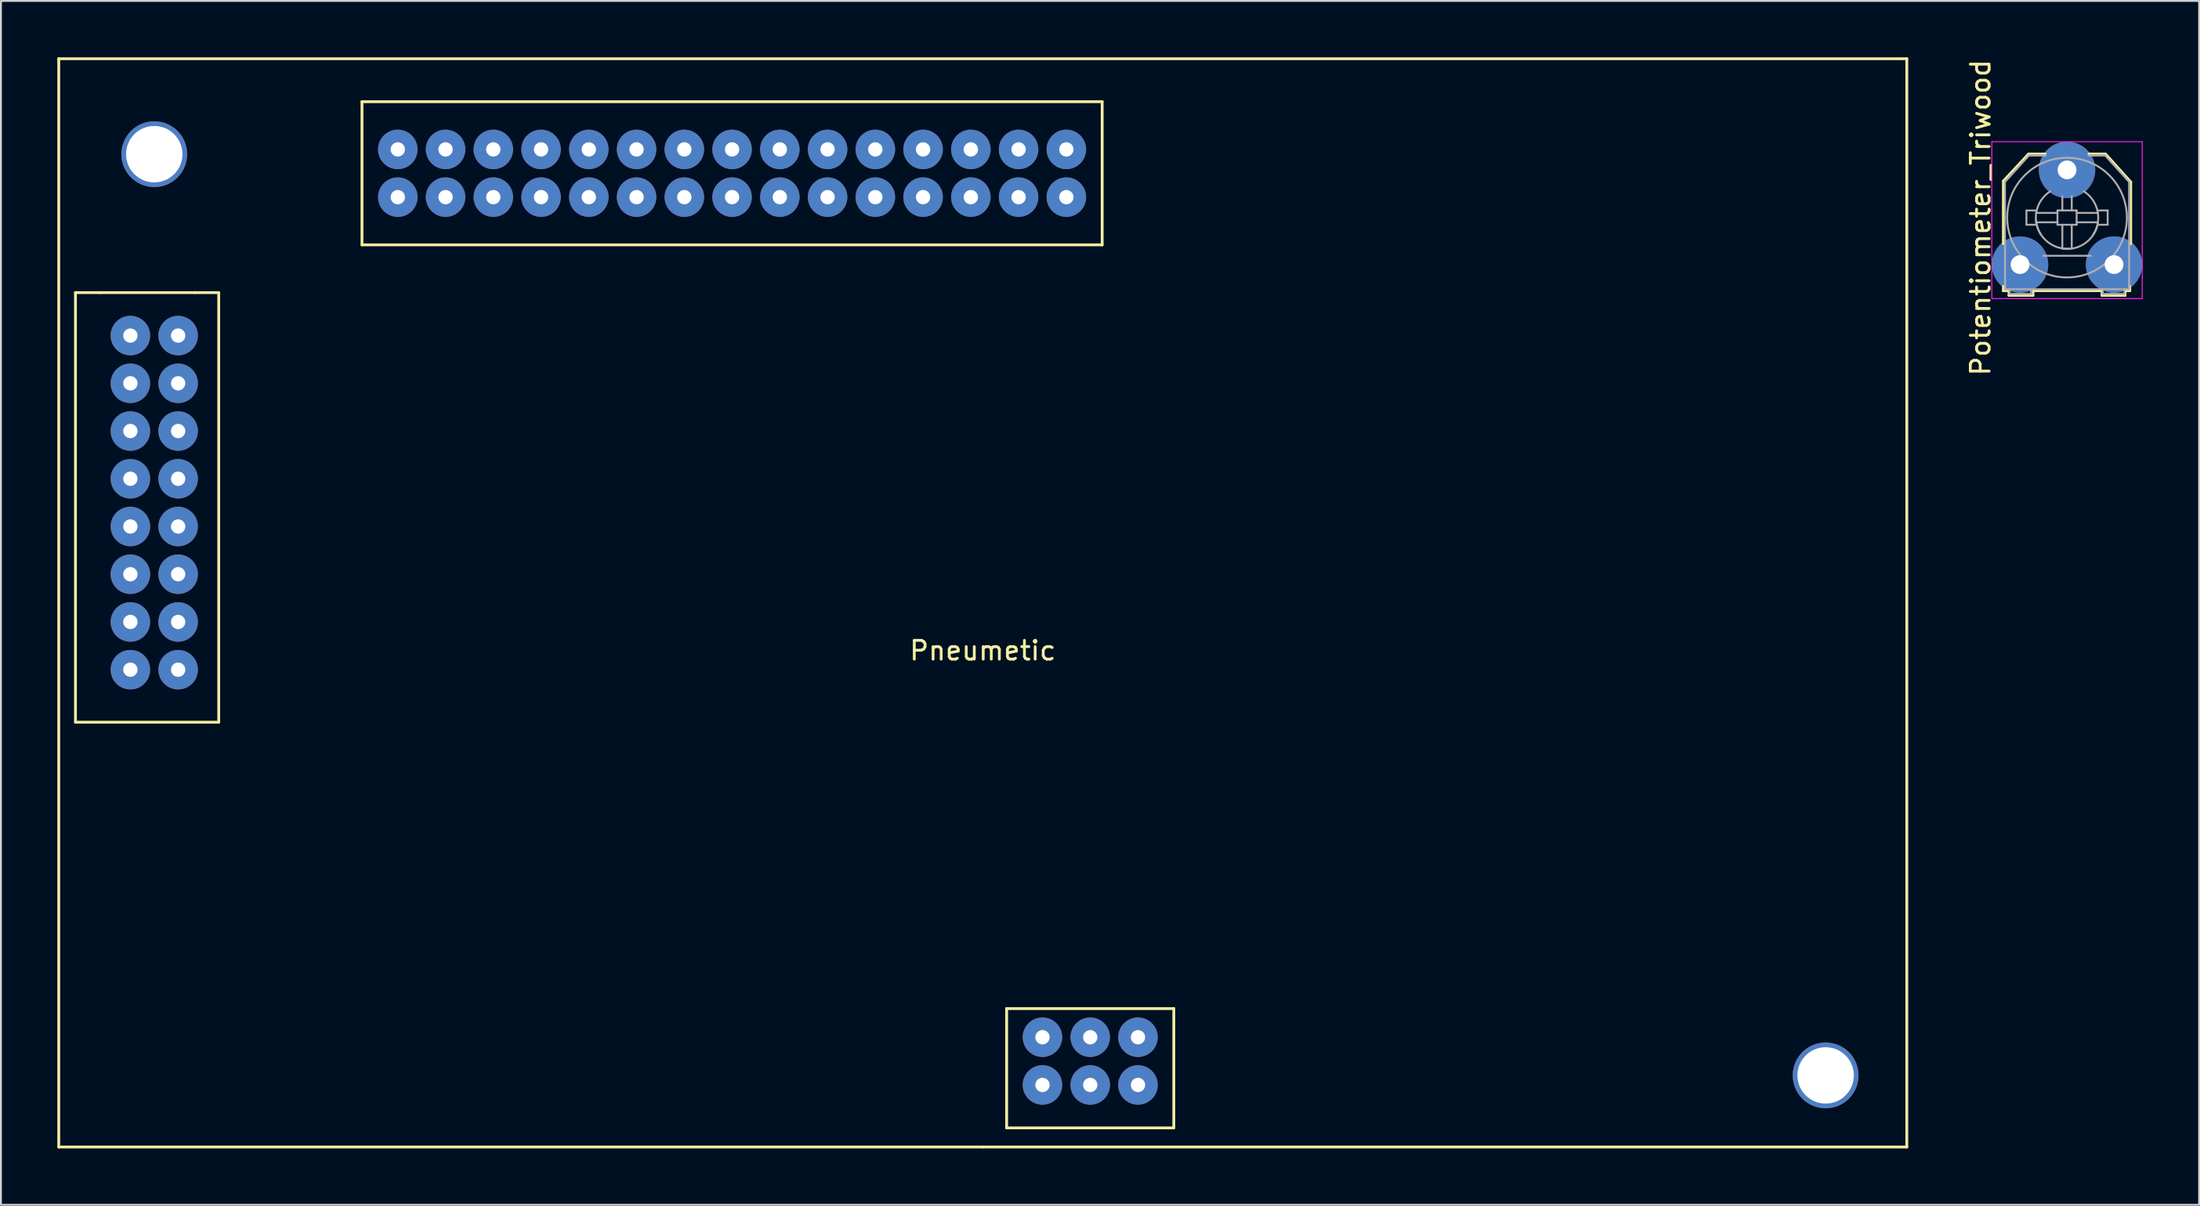
<source format=kicad_pcb>
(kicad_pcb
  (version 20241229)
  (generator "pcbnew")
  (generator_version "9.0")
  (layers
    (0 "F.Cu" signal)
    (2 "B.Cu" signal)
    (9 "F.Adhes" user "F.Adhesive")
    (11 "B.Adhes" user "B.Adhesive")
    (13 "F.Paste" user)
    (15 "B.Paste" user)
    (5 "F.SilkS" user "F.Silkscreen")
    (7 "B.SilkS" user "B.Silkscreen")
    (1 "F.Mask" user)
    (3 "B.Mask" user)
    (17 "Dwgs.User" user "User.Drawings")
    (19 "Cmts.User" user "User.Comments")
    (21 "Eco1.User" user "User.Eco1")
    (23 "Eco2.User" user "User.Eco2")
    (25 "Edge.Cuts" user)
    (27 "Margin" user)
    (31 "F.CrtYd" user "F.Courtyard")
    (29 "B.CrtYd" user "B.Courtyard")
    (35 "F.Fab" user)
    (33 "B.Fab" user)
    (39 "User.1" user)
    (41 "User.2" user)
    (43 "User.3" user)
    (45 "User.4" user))
  (footprint "Pneumetic"
    (layer "F.Cu")
    (at 49.224 29.031)
    (property "Reference" "Pneumetic" (at 0 2.54 0) (layer "F.SilkS") (effects (font (size 1 1) (thickness 0.15))))
    (attr through_hole)
    (fp_line (start -49.149 -28.956) (end -49.149 28.956) (stroke (width 0.15) (type solid)) (layer "F.SilkS"))
    (fp_line (start -49.149 28.956) (end 0 28.956) (stroke (width 0.15) (type solid)) (layer "F.SilkS"))
    (fp_line (start -48.26 -16.51) (end -46.99 -16.51) (stroke (width 0.15) (type solid)) (layer "F.SilkS"))
    (fp_line (start -48.26 6.35) (end -48.26 -16.51) (stroke (width 0.15) (type solid)) (layer "F.SilkS"))
    (fp_line (start -46.99 -16.51) (end -41.91 -16.51) (stroke (width 0.15) (type solid)) (layer "F.SilkS"))
    (fp_line (start -41.91 -16.51) (end -40.64 -16.51) (stroke (width 0.15) (type solid)) (layer "F.SilkS"))
    (fp_line (start -40.64 -16.51) (end -40.64 6.35) (stroke (width 0.15) (type solid)) (layer "F.SilkS"))
    (fp_line (start -40.64 6.35) (end -48.26 6.35) (stroke (width 0.15) (type solid)) (layer "F.SilkS"))
    (fp_line (start -33.02 -26.67) (end 6.35 -26.67) (stroke (width 0.15) (type solid)) (layer "F.SilkS"))
    (fp_line (start -33.02 -19.05) (end -33.02 -26.67) (stroke (width 0.15) (type solid)) (layer "F.SilkS"))
    (fp_line (start 0 28.956) (end 49.149 28.956) (stroke (width 0.15) (type solid)) (layer "F.SilkS"))
    (fp_line (start 1.27 21.59) (end 10.16 21.59) (stroke (width 0.15) (type solid)) (layer "F.SilkS"))
    (fp_line (start 1.27 27.94) (end 1.27 21.59) (stroke (width 0.15) (type solid)) (layer "F.SilkS"))
    (fp_line (start 6.35 -26.67) (end 6.35 -19.05) (stroke (width 0.15) (type solid)) (layer "F.SilkS"))
    (fp_line (start 6.35 -19.05) (end -33.02 -19.05) (stroke (width 0.15) (type solid)) (layer "F.SilkS"))
    (fp_line (start 10.16 21.59) (end 10.16 27.94) (stroke (width 0.15) (type solid)) (layer "F.SilkS"))
    (fp_line (start 10.16 27.94) (end 1.27 27.94) (stroke (width 0.15) (type solid)) (layer "F.SilkS"))
    (fp_line (start 49.149 -28.956) (end -49.149 -28.956) (stroke (width 0.15) (type solid)) (layer "F.SilkS"))
    (fp_line (start 49.149 28.956) (end 49.149 -28.956) (stroke (width 0.15) (type solid)) (layer "F.SilkS"))
    (pad "0" thru_hole circle (at -45.339 -14.224) (size 2.1 2.1) (drill 0.762) (layers "*.Cu" "*.Mask"))
    (pad "0" thru_hole circle (at -45.339 -11.684) (size 2.1 2.1) (drill 0.762) (layers "*.Cu" "*.Mask"))
    (pad "0" thru_hole circle (at -45.339 -9.144) (size 2.1 2.1) (drill 0.762) (layers "*.Cu" "*.Mask"))
    (pad "0" thru_hole circle (at -45.339 -6.604) (size 2.1 2.1) (drill 0.762) (layers "*.Cu" "*.Mask"))
    (pad "0" thru_hole circle (at -45.339 -4.064) (size 2.1 2.1) (drill 0.762) (layers "*.Cu" "*.Mask"))
    (pad "0" thru_hole circle (at -45.339 -1.524) (size 2.1 2.1) (drill 0.762) (layers "*.Cu" "*.Mask"))
    (pad "0" thru_hole circle (at -45.339 1.016) (size 2.1 2.1) (drill 0.762) (layers "*.Cu" "*.Mask"))
    (pad "0" thru_hole circle (at -45.339 3.556) (size 2.1 2.1) (drill 0.762) (layers "*.Cu" "*.Mask"))
    (pad "0" thru_hole circle (at -44.069 -23.876) (size 3.5 3.5) (drill 3) (layers "*.Cu" "*.Mask"))
    (pad "0" thru_hole circle (at -42.799 -1.524) (size 2.1 2.1) (drill 0.762) (layers "*.Cu" "*.Mask"))
    (pad "0" thru_hole circle (at -42.799 1.016) (size 2.1 2.1) (drill 0.762) (layers "*.Cu" "*.Mask"))
    (pad "0" thru_hole circle (at -42.799 3.556) (size 2.1 2.1) (drill 0.762) (layers "*.Cu" "*.Mask"))
    (pad "0" thru_hole circle (at -31.115 -24.13) (size 2.1 2.1) (drill 0.762) (layers "*.Cu" "*.Mask"))
    (pad "0" thru_hole circle (at -31.115 -21.59) (size 2.1 2.1) (drill 0.762) (layers "*.Cu" "*.Mask"))
    (pad "0" thru_hole circle (at -28.575 -24.13) (size 2.1 2.1) (drill 0.762) (layers "*.Cu" "*.Mask"))
    (pad "0" thru_hole circle (at -28.575 -21.59) (size 2.1 2.1) (drill 0.762) (layers "*.Cu" "*.Mask"))
    (pad "0" thru_hole circle (at -26.035 -24.13) (size 2.1 2.1) (drill 0.762) (layers "*.Cu" "*.Mask"))
    (pad "0" thru_hole circle (at -26.035 -21.59) (size 2.1 2.1) (drill 0.762) (layers "*.Cu" "*.Mask"))
    (pad "0" thru_hole circle (at -23.495 -24.13) (size 2.1 2.1) (drill 0.762) (layers "*.Cu" "*.Mask"))
    (pad "0" thru_hole circle (at -23.495 -21.59) (size 2.1 2.1) (drill 0.762) (layers "*.Cu" "*.Mask"))
    (pad "0" thru_hole circle (at -20.955 -24.13) (size 2.1 2.1) (drill 0.762) (layers "*.Cu" "*.Mask"))
    (pad "0" thru_hole circle (at -20.955 -21.59) (size 2.1 2.1) (drill 0.762) (layers "*.Cu" "*.Mask"))
    (pad "0" thru_hole circle (at -18.415 -24.13) (size 2.1 2.1) (drill 0.762) (layers "*.Cu" "*.Mask"))
    (pad "0" thru_hole circle (at -18.415 -21.59) (size 2.1 2.1) (drill 0.762) (layers "*.Cu" "*.Mask"))
    (pad "0" thru_hole circle (at -15.875 -24.13) (size 2.1 2.1) (drill 0.762) (layers "*.Cu" "*.Mask"))
    (pad "0" thru_hole circle (at -15.875 -21.59) (size 2.1 2.1) (drill 0.762) (layers "*.Cu" "*.Mask"))
    (pad "0" thru_hole circle (at -13.335 -24.13) (size 2.1 2.1) (drill 0.762) (layers "*.Cu" "*.Mask"))
    (pad "0" thru_hole circle (at -10.795 -24.13) (size 2.1 2.1) (drill 0.762) (layers "*.Cu" "*.Mask"))
    (pad "0" thru_hole circle (at -10.795 -21.59) (size 2.1 2.1) (drill 0.762) (layers "*.Cu" "*.Mask"))
    (pad "0" thru_hole circle (at -8.255 -24.13) (size 2.1 2.1) (drill 0.762) (layers "*.Cu" "*.Mask"))
    (pad "0" thru_hole circle (at -8.255 -21.59) (size 2.1 2.1) (drill 0.762) (layers "*.Cu" "*.Mask"))
    (pad "0" thru_hole circle (at -5.715 -24.13) (size 2.1 2.1) (drill 0.762) (layers "*.Cu" "*.Mask"))
    (pad "0" thru_hole circle (at -5.715 -21.59) (size 2.1 2.1) (drill 0.762) (layers "*.Cu" "*.Mask"))
    (pad "0" thru_hole circle (at -3.175 -24.13) (size 2.1 2.1) (drill 0.762) (layers "*.Cu" "*.Mask"))
    (pad "0" thru_hole circle (at -3.175 -21.59) (size 2.1 2.1) (drill 0.762) (layers "*.Cu" "*.Mask"))
    (pad "0" thru_hole circle (at -0.635 -24.13) (size 2.1 2.1) (drill 0.762) (layers "*.Cu" "*.Mask"))
    (pad "0" thru_hole circle (at -0.635 -21.59) (size 2.1 2.1) (drill 0.762) (layers "*.Cu" "*.Mask"))
    (pad "0" thru_hole circle (at 1.905 -24.13) (size 2.1 2.1) (drill 0.762) (layers "*.Cu" "*.Mask"))
    (pad "0" thru_hole circle (at 1.905 -21.59) (size 2.1 2.1) (drill 0.762) (layers "*.Cu" "*.Mask"))
    (pad "0" thru_hole circle (at 3.175 23.114) (size 2.1 2.1) (drill 0.762) (layers "*.Cu" "*.Mask"))
    (pad "0" thru_hole circle (at 3.175 25.654) (size 2.1 2.1) (drill 0.762) (layers "*.Cu" "*.Mask"))
    (pad "0" thru_hole circle (at 4.445 -24.13) (size 2.1 2.1) (drill 0.762) (layers "*.Cu" "*.Mask"))
    (pad "0" thru_hole circle (at 4.445 -21.59) (size 2.1 2.1) (drill 0.762) (layers "*.Cu" "*.Mask"))
    (pad "0" thru_hole circle (at 5.715 23.114) (size 2.1 2.1) (drill 0.762) (layers "*.Cu" "*.Mask"))
    (pad "0" thru_hole circle (at 5.715 25.654) (size 2.1 2.1) (drill 0.762) (layers "*.Cu" "*.Mask"))
    (pad "0" thru_hole circle (at 8.255 23.114) (size 2.1 2.1) (drill 0.762) (layers "*.Cu" "*.Mask"))
    (pad "0" thru_hole circle (at 8.255 25.654) (size 2.1 2.1) (drill 0.762) (layers "*.Cu" "*.Mask"))
    (pad "0" thru_hole circle (at 44.831 25.146) (size 3.5 3.5) (drill 3) (layers "*.Cu" "*.Mask"))
    (pad "1" thru_hole circle (at -42.799 -14.224) (size 2.1 2.1) (drill 0.762) (layers "*.Cu" "*.Mask"))
    (pad "2" thru_hole circle (at -42.799 -11.684) (size 2.1 2.1) (drill 0.762) (layers "*.Cu" "*.Mask"))
    (pad "3" thru_hole circle (at -42.799 -9.144) (size 2.1 2.1) (drill 0.762) (layers "*.Cu" "*.Mask"))
    (pad "4" thru_hole circle (at -42.799 -6.604) (size 2.1 2.1) (drill 0.762) (layers "*.Cu" "*.Mask"))
    (pad "5" thru_hole circle (at -42.799 -4.064) (size 2.1 2.1) (drill 0.762) (layers "*.Cu" "*.Mask"))
    (pad "09" thru_hole circle (at -13.335 -21.59) (size 2.1 2.1) (drill 0.762) (layers "*.Cu" "*.Mask")))
  (footprint "Potentiometer_Triwood"
    (layer "F.Cu")
    (at 104.396 11.03)
    (property "Reference" "Potentiometer_Triwood" (at -2.1 -2.5 90) (layer "F.SilkS") (effects (font (size 1 1) (thickness 0.15))))
    (attr through_hole)
    (fp_line (start -0.9 -4.45) (end 0.45 -5.9) (stroke (width 0.12) (type solid)) (layer "F.SilkS"))
    (fp_line (start -0.9 -1.1) (end -0.9 -4.45) (stroke (width 0.12) (type solid)) (layer "F.SilkS"))
    (fp_line (start -0.9 1.4) (end -0.9 1.15) (stroke (width 0.12) (type solid)) (layer "F.SilkS"))
    (fp_line (start -0.6 1.4) (end -0.9 1.4) (stroke (width 0.12) (type solid)) (layer "F.SilkS"))
    (fp_line (start -0.6 1.65) (end -0.6 1.4) (stroke (width 0.12) (type solid)) (layer "F.SilkS"))
    (fp_line (start 0.45 -5.9) (end 1.35 -5.9) (stroke (width 0.12) (type solid)) (layer "F.SilkS"))
    (fp_line (start 0.7 1.4) (end 0.7 1.65) (stroke (width 0.12) (type solid)) (layer "F.SilkS"))
    (fp_line (start 0.7 1.65) (end -0.6 1.65) (stroke (width 0.12) (type solid)) (layer "F.SilkS"))
    (fp_line (start 3.65 -5.9) (end 4.55 -5.9) (stroke (width 0.12) (type solid)) (layer "F.SilkS"))
    (fp_line (start 4.35 1.4) (end 0.7 1.4) (stroke (width 0.12) (type solid)) (layer "F.SilkS"))
    (fp_line (start 4.35 1.65) (end 4.35 1.4) (stroke (width 0.12) (type solid)) (layer "F.SilkS"))
    (fp_line (start 4.55 -5.9) (end 5.9 -4.4) (stroke (width 0.12) (type solid)) (layer "F.SilkS"))
    (fp_line (start 5.6 1.4) (end 5.6 1.65) (stroke (width 0.12) (type solid)) (layer "F.SilkS"))
    (fp_line (start 5.6 1.65) (end 4.35 1.65) (stroke (width 0.12) (type solid)) (layer "F.SilkS"))
    (fp_line (start 5.85 1.15) (end 5.85 1.4) (stroke (width 0.12) (type solid)) (layer "F.SilkS"))
    (fp_line (start 5.85 1.4) (end 5.6 1.4) (stroke (width 0.12) (type solid)) (layer "F.SilkS"))
    (fp_line (start 5.9 -4.4) (end 5.9 -1.1) (stroke (width 0.12) (type solid)) (layer "F.SilkS"))
    (fp_line (start -1.5 -6.54) (end -1.5 1.81) (stroke (width 0.05) (type solid)) (layer "F.CrtYd"))
    (fp_line (start -1.5 -6.54) (end 6.5 -6.54) (stroke (width 0.05) (type solid)) (layer "F.CrtYd"))
    (fp_line (start 6.5 1.81) (end -1.5 1.81) (stroke (width 0.05) (type solid)) (layer "F.CrtYd"))
    (fp_line (start 6.5 1.81) (end 6.5 -6.54) (stroke (width 0.05) (type solid)) (layer "F.CrtYd"))
    (fp_line (start -0.8 -4.4) (end -0.8 -2.5) (stroke (width 0.1) (type solid)) (layer "F.Fab"))
    (fp_line (start -0.8 -2.5) (end -0.8 -1.1) (stroke (width 0.1) (type solid)) (layer "F.Fab"))
    (fp_line (start -0.8 -1.1) (end -0.8 1.2) (stroke (width 0.1) (type solid)) (layer "F.Fab"))
    (fp_line (start -0.8 1.31) (end -0.8 1.18) (stroke (width 0.1) (type solid)) (layer "F.Fab"))
    (fp_line (start -0.8 1.31) (end 5.8 1.31) (stroke (width 0.1) (type solid)) (layer "F.Fab"))
    (fp_line (start -0.55 1.31) (end -0.55 1.56) (stroke (width 0.1) (type solid)) (layer "F.Fab"))
    (fp_line (start -0.55 1.56) (end 0.59 1.56) (stroke (width 0.1) (type solid)) (layer "F.Fab"))
    (fp_line (start 0.34 -2.88) (end 0.34 -2.12) (stroke (width 0.1) (type solid)) (layer "F.Fab"))
    (fp_line (start 0.34 -2.12) (end 0.85 -2.12) (stroke (width 0.1) (type solid)) (layer "F.Fab"))
    (fp_line (start 0.47 -5.8) (end -0.8 -4.4) (stroke (width 0.1) (type solid)) (layer "F.Fab"))
    (fp_line (start 0.59 1.56) (end 0.59 1.31) (stroke (width 0.1) (type solid)) (layer "F.Fab"))
    (fp_line (start 0.85 -2.88) (end 0.34 -2.88) (stroke (width 0.1) (type solid)) (layer "F.Fab"))
    (fp_line (start 1.23 -0.47) (end 3.77 -0.47) (stroke (width 0.1) (type solid)) (layer "F.Fab"))
    (fp_line (start 1.36 -5.8) (end 0.47 -5.8) (stroke (width 0.1) (type solid)) (layer "F.Fab"))
    (fp_line (start 1.99 -2.88) (end 1.99 -2.12) (stroke (width 0.1) (type solid)) (layer "F.Fab"))
    (fp_line (start 1.99 -2.75) (end 0.85 -2.75) (stroke (width 0.1) (type solid)) (layer "F.Fab"))
    (fp_line (start 1.99 -2.25) (end 0.85 -2.25) (stroke (width 0.1) (type solid)) (layer "F.Fab"))
    (fp_line (start 1.99 -2.12) (end 3.01 -2.12) (stroke (width 0.1) (type solid)) (layer "F.Fab"))
    (fp_line (start 2.25 -2.88) (end 2.25 -3.64) (stroke (width 0.1) (type solid)) (layer "F.Fab"))
    (fp_line (start 2.25 -2.12) (end 2.25 -0.85) (stroke (width 0.1) (type solid)) (layer "F.Fab"))
    (fp_line (start 2.75 -2.88) (end 2.75 -3.64) (stroke (width 0.1) (type solid)) (layer "F.Fab"))
    (fp_line (start 2.75 -2.12) (end 2.75 -0.85) (stroke (width 0.1) (type solid)) (layer "F.Fab"))
    (fp_line (start 3.01 -2.88) (end 1.99 -2.88) (stroke (width 0.1) (type solid)) (layer "F.Fab"))
    (fp_line (start 3.01 -2.75) (end 4.15 -2.75) (stroke (width 0.1) (type solid)) (layer "F.Fab"))
    (fp_line (start 3.01 -2.25) (end 4.15 -2.25) (stroke (width 0.1) (type solid)) (layer "F.Fab"))
    (fp_line (start 3.01 -2.12) (end 3.01 -2.88) (stroke (width 0.1) (type solid)) (layer "F.Fab"))
    (fp_line (start 4.15 -2.88) (end 4.66 -2.88) (stroke (width 0.1) (type solid)) (layer "F.Fab"))
    (fp_line (start 4.4 1.56) (end 4.4 1.31) (stroke (width 0.1) (type solid)) (layer "F.Fab"))
    (fp_line (start 4.53 -5.8) (end 3.64 -5.8) (stroke (width 0.1) (type solid)) (layer "F.Fab"))
    (fp_line (start 4.53 -5.8) (end 5.8 -4.4) (stroke (width 0.1) (type solid)) (layer "F.Fab"))
    (fp_line (start 4.66 -2.88) (end 4.66 -2.12) (stroke (width 0.1) (type solid)) (layer "F.Fab"))
    (fp_line (start 4.66 -2.12) (end 4.15 -2.12) (stroke (width 0.1) (type solid)) (layer "F.Fab"))
    (fp_line (start 5.55 1.31) (end 5.55 1.56) (stroke (width 0.1) (type solid)) (layer "F.Fab"))
    (fp_line (start 5.55 1.56) (end 4.4 1.56) (stroke (width 0.1) (type solid)) (layer "F.Fab"))
    (fp_line (start 5.8 -4.4) (end 5.8 -2.5) (stroke (width 0.1) (type solid)) (layer "F.Fab"))
    (fp_line (start 5.8 -2.5) (end 5.8 -1.1) (stroke (width 0.1) (type solid)) (layer "F.Fab"))
    (fp_line (start 5.8 1.2) (end 5.8 -1.15) (stroke (width 0.1) (type solid)) (layer "F.Fab"))
    (fp_line (start 5.8 1.31) (end 5.8 1.18) (stroke (width 0.1) (type solid)) (layer "F.Fab"))
    (fp_arc (start 1.1 -1.61) (mid 0.880725 -2.860624) (end 1.61 -3.9) (stroke (width 0.1) (type solid)) (layer "F.Fab"))
    (fp_arc (start 2.63 -0.85) (mid 1.425198 -1.24135) (end 0.85 -2.37) (stroke (width 0.1) (type solid)) (layer "F.Fab"))
    (fp_arc (start 3.39 -3.9) (mid 4.119275 -2.860624) (end 3.9 -1.61) (stroke (width 0.1) (type solid)) (layer "F.Fab"))
    (fp_arc (start 4.15 -2.25) (mid 3.489949 -1.156497) (end 2.25 -0.85) (stroke (width 0.1) (type solid)) (layer "F.Fab"))
    (fp_circle (center 2.5 -2.5) (end 4.7 -0.2) (stroke (width 0.1) (type solid)) (fill no) (layer "F.Fab"))
    (pad "1" thru_hole circle (at 0 0) (size 3 3) (drill 1) (layers "*.Cu" "*.Mask"))
    (pad "2" thru_hole circle (at 2.5 -5.04) (size 3 3) (drill 1) (layers "*.Cu" "*.Mask"))
    (pad "3" thru_hole circle (at 5 0) (size 3 3) (drill 1) (layers "*.Cu" "*.Mask")))
  (gr_rect
    (start -3 -3)
    (end 113.921 61.062)
    (stroke (width 0.1) (type default))
    (fill no)
    (layer "Edge.Cuts")))
</source>
